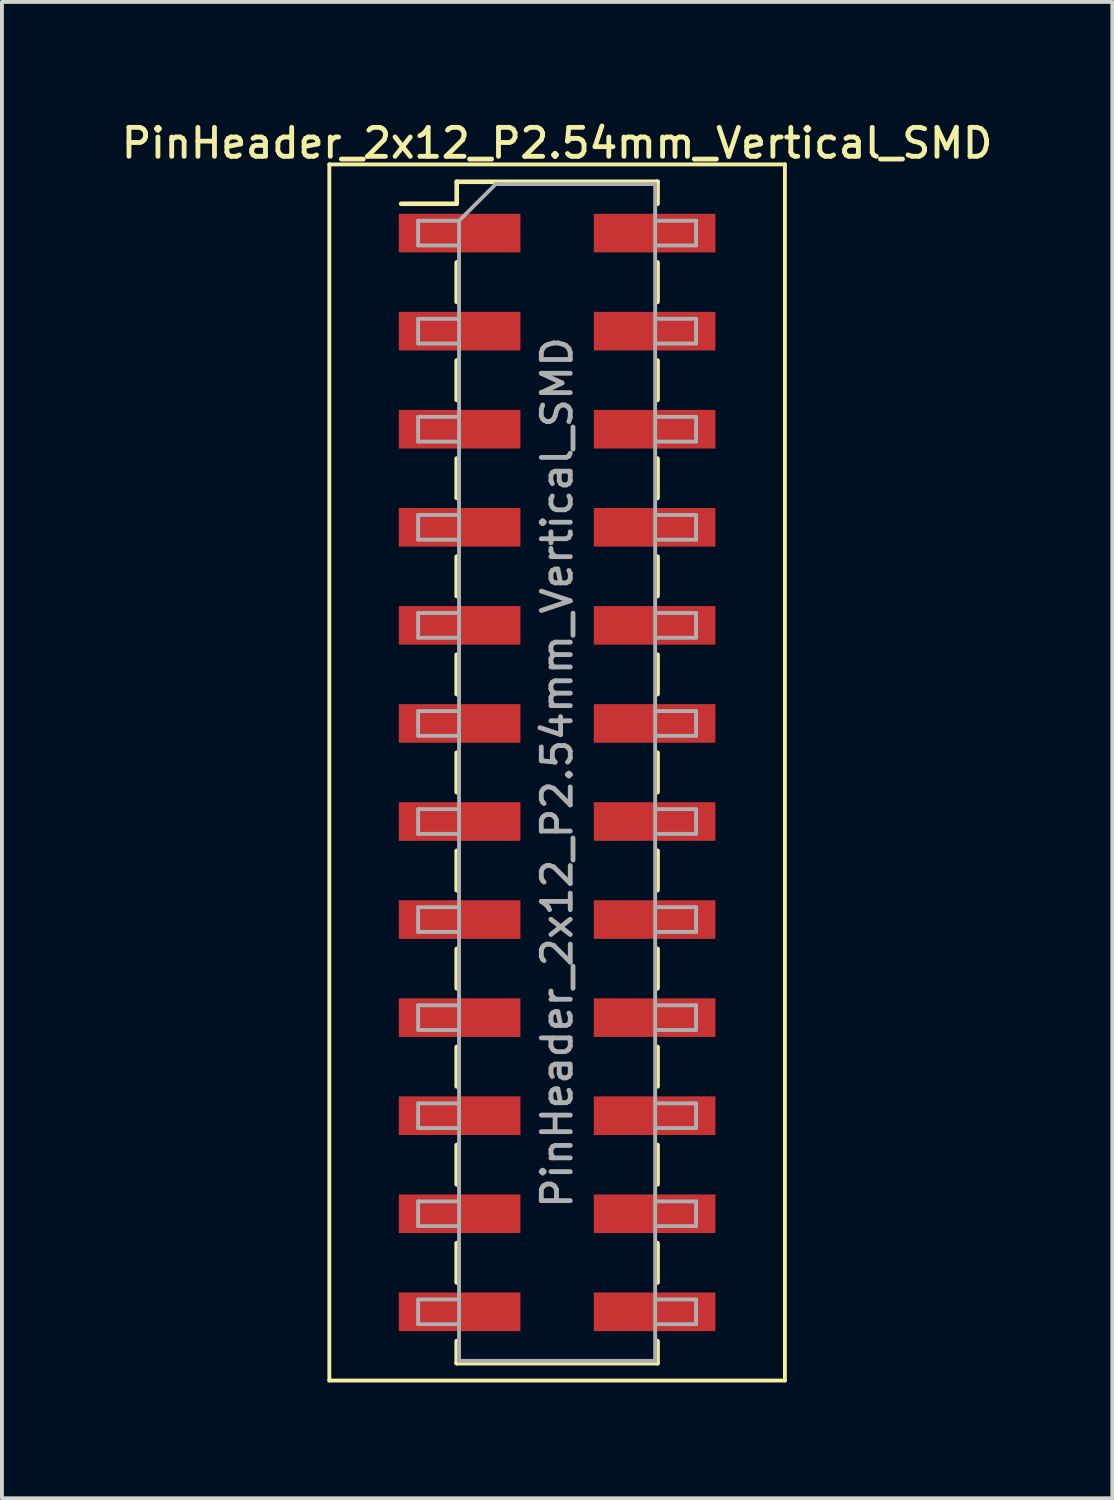
<source format=kicad_pcb>
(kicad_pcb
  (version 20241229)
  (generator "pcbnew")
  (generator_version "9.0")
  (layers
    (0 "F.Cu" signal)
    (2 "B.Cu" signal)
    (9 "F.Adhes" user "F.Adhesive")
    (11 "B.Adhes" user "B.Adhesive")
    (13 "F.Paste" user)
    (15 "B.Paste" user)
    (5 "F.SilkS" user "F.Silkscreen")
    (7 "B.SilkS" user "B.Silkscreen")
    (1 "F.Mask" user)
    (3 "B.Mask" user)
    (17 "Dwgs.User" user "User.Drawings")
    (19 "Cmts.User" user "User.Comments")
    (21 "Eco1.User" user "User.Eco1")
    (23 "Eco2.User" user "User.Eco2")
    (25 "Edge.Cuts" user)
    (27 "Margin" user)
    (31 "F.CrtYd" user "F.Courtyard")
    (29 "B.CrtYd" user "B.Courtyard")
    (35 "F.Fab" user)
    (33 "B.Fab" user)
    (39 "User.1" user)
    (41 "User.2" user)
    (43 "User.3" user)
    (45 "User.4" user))
  (footprint "PinHeader_2x12_P2.54mm_Vertical_SMD"
    (layer "F.Cu")
    (at 11.38 16.958)
    (property "Reference" "PinHeader_2x12_P2.54mm_Vertical_SMD" (at 0 -16.3 0) (layer "F.SilkS") (effects (font (size 0.75 0.75) (thickness 0.125))))
    (attr smd)
    (fp_line (start -5.9 -15.75) (end -5.9 15.75) (stroke (width 0.1) (type solid)) (layer "F.SilkS"))
    (fp_line (start -5.9 15.75) (end 5.9 15.75) (stroke (width 0.1) (type solid)) (layer "F.SilkS"))
    (fp_line (start -4.04 -14.73) (end -2.6 -14.73) (stroke (width 0.12) (type solid)) (layer "F.SilkS"))
    (fp_line (start -2.6 -15.3) (end -2.6 -14.73) (stroke (width 0.12) (type solid)) (layer "F.SilkS"))
    (fp_line (start -2.6 -15.3) (end 2.6 -15.3) (stroke (width 0.12) (type solid)) (layer "F.SilkS"))
    (fp_line (start -2.6 -13.21) (end -2.6 -12.19) (stroke (width 0.12) (type solid)) (layer "F.SilkS"))
    (fp_line (start -2.6 -10.67) (end -2.6 -9.65) (stroke (width 0.12) (type solid)) (layer "F.SilkS"))
    (fp_line (start -2.6 -8.13) (end -2.6 -7.11) (stroke (width 0.12) (type solid)) (layer "F.SilkS"))
    (fp_line (start -2.6 -5.59) (end -2.6 -4.57) (stroke (width 0.12) (type solid)) (layer "F.SilkS"))
    (fp_line (start -2.6 -3.05) (end -2.6 -2.03) (stroke (width 0.12) (type solid)) (layer "F.SilkS"))
    (fp_line (start -2.6 -0.51) (end -2.6 0.51) (stroke (width 0.12) (type solid)) (layer "F.SilkS"))
    (fp_line (start -2.6 2.03) (end -2.6 3.05) (stroke (width 0.12) (type solid)) (layer "F.SilkS"))
    (fp_line (start -2.6 4.57) (end -2.6 5.59) (stroke (width 0.12) (type solid)) (layer "F.SilkS"))
    (fp_line (start -2.6 7.11) (end -2.6 8.13) (stroke (width 0.12) (type solid)) (layer "F.SilkS"))
    (fp_line (start -2.6 9.65) (end -2.6 10.67) (stroke (width 0.12) (type solid)) (layer "F.SilkS"))
    (fp_line (start -2.6 12.19) (end -2.6 13.21) (stroke (width 0.12) (type solid)) (layer "F.SilkS"))
    (fp_line (start -2.6 14.73) (end -2.6 15.3) (stroke (width 0.12) (type solid)) (layer "F.SilkS"))
    (fp_line (start -2.6 15.3) (end 2.6 15.3) (stroke (width 0.12) (type solid)) (layer "F.SilkS"))
    (fp_line (start 2.6 -15.3) (end 2.6 -14.73) (stroke (width 0.12) (type solid)) (layer "F.SilkS"))
    (fp_line (start 2.6 -13.21) (end 2.6 -12.19) (stroke (width 0.12) (type solid)) (layer "F.SilkS"))
    (fp_line (start 2.6 -10.67) (end 2.6 -9.65) (stroke (width 0.12) (type solid)) (layer "F.SilkS"))
    (fp_line (start 2.6 -8.13) (end 2.6 -7.11) (stroke (width 0.12) (type solid)) (layer "F.SilkS"))
    (fp_line (start 2.6 -5.59) (end 2.6 -4.57) (stroke (width 0.12) (type solid)) (layer "F.SilkS"))
    (fp_line (start 2.6 -3.05) (end 2.6 -2.03) (stroke (width 0.12) (type solid)) (layer "F.SilkS"))
    (fp_line (start 2.6 -0.51) (end 2.6 0.51) (stroke (width 0.12) (type solid)) (layer "F.SilkS"))
    (fp_line (start 2.6 2.03) (end 2.6 3.05) (stroke (width 0.12) (type solid)) (layer "F.SilkS"))
    (fp_line (start 2.6 4.57) (end 2.6 5.59) (stroke (width 0.12) (type solid)) (layer "F.SilkS"))
    (fp_line (start 2.6 7.11) (end 2.6 8.13) (stroke (width 0.12) (type solid)) (layer "F.SilkS"))
    (fp_line (start 2.6 9.65) (end 2.6 10.67) (stroke (width 0.12) (type solid)) (layer "F.SilkS"))
    (fp_line (start 2.6 12.19) (end 2.6 13.21) (stroke (width 0.12) (type solid)) (layer "F.SilkS"))
    (fp_line (start 2.6 14.73) (end 2.6 15.3) (stroke (width 0.12) (type solid)) (layer "F.SilkS"))
    (fp_line (start 5.9 -15.75) (end -5.9 -15.75) (stroke (width 0.1) (type solid)) (layer "F.SilkS"))
    (fp_line (start 5.9 15.75) (end 5.9 -15.75) (stroke (width 0.1) (type solid)) (layer "F.SilkS"))
    (fp_line (start -3.6 -14.29) (end -3.6 -13.65) (stroke (width 0.1) (type solid)) (layer "F.Fab"))
    (fp_line (start -3.6 -13.65) (end -2.54 -13.65) (stroke (width 0.1) (type solid)) (layer "F.Fab"))
    (fp_line (start -3.6 -11.75) (end -3.6 -11.11) (stroke (width 0.1) (type solid)) (layer "F.Fab"))
    (fp_line (start -3.6 -11.11) (end -2.54 -11.11) (stroke (width 0.1) (type solid)) (layer "F.Fab"))
    (fp_line (start -3.6 -9.21) (end -3.6 -8.57) (stroke (width 0.1) (type solid)) (layer "F.Fab"))
    (fp_line (start -3.6 -8.57) (end -2.54 -8.57) (stroke (width 0.1) (type solid)) (layer "F.Fab"))
    (fp_line (start -3.6 -6.67) (end -3.6 -6.03) (stroke (width 0.1) (type solid)) (layer "F.Fab"))
    (fp_line (start -3.6 -6.03) (end -2.54 -6.03) (stroke (width 0.1) (type solid)) (layer "F.Fab"))
    (fp_line (start -3.6 -4.13) (end -3.6 -3.49) (stroke (width 0.1) (type solid)) (layer "F.Fab"))
    (fp_line (start -3.6 -3.49) (end -2.54 -3.49) (stroke (width 0.1) (type solid)) (layer "F.Fab"))
    (fp_line (start -3.6 -1.59) (end -3.6 -0.95) (stroke (width 0.1) (type solid)) (layer "F.Fab"))
    (fp_line (start -3.6 -0.95) (end -2.54 -0.95) (stroke (width 0.1) (type solid)) (layer "F.Fab"))
    (fp_line (start -3.6 0.95) (end -3.6 1.59) (stroke (width 0.1) (type solid)) (layer "F.Fab"))
    (fp_line (start -3.6 1.59) (end -2.54 1.59) (stroke (width 0.1) (type solid)) (layer "F.Fab"))
    (fp_line (start -3.6 3.49) (end -3.6 4.13) (stroke (width 0.1) (type solid)) (layer "F.Fab"))
    (fp_line (start -3.6 4.13) (end -2.54 4.13) (stroke (width 0.1) (type solid)) (layer "F.Fab"))
    (fp_line (start -3.6 6.03) (end -3.6 6.67) (stroke (width 0.1) (type solid)) (layer "F.Fab"))
    (fp_line (start -3.6 6.67) (end -2.54 6.67) (stroke (width 0.1) (type solid)) (layer "F.Fab"))
    (fp_line (start -3.6 8.57) (end -3.6 9.21) (stroke (width 0.1) (type solid)) (layer "F.Fab"))
    (fp_line (start -3.6 9.21) (end -2.54 9.21) (stroke (width 0.1) (type solid)) (layer "F.Fab"))
    (fp_line (start -3.6 11.11) (end -3.6 11.75) (stroke (width 0.1) (type solid)) (layer "F.Fab"))
    (fp_line (start -3.6 11.75) (end -2.54 11.75) (stroke (width 0.1) (type solid)) (layer "F.Fab"))
    (fp_line (start -3.6 13.65) (end -3.6 14.29) (stroke (width 0.1) (type solid)) (layer "F.Fab"))
    (fp_line (start -3.6 14.29) (end -2.54 14.29) (stroke (width 0.1) (type solid)) (layer "F.Fab"))
    (fp_line (start -2.54 -14.29) (end -3.6 -14.29) (stroke (width 0.1) (type solid)) (layer "F.Fab"))
    (fp_line (start -2.54 -14.29) (end -1.59 -15.24) (stroke (width 0.1) (type solid)) (layer "F.Fab"))
    (fp_line (start -2.54 -11.75) (end -3.6 -11.75) (stroke (width 0.1) (type solid)) (layer "F.Fab"))
    (fp_line (start -2.54 -9.21) (end -3.6 -9.21) (stroke (width 0.1) (type solid)) (layer "F.Fab"))
    (fp_line (start -2.54 -6.67) (end -3.6 -6.67) (stroke (width 0.1) (type solid)) (layer "F.Fab"))
    (fp_line (start -2.54 -4.13) (end -3.6 -4.13) (stroke (width 0.1) (type solid)) (layer "F.Fab"))
    (fp_line (start -2.54 -1.59) (end -3.6 -1.59) (stroke (width 0.1) (type solid)) (layer "F.Fab"))
    (fp_line (start -2.54 0.95) (end -3.6 0.95) (stroke (width 0.1) (type solid)) (layer "F.Fab"))
    (fp_line (start -2.54 3.49) (end -3.6 3.49) (stroke (width 0.1) (type solid)) (layer "F.Fab"))
    (fp_line (start -2.54 6.03) (end -3.6 6.03) (stroke (width 0.1) (type solid)) (layer "F.Fab"))
    (fp_line (start -2.54 8.57) (end -3.6 8.57) (stroke (width 0.1) (type solid)) (layer "F.Fab"))
    (fp_line (start -2.54 11.11) (end -3.6 11.11) (stroke (width 0.1) (type solid)) (layer "F.Fab"))
    (fp_line (start -2.54 13.65) (end -3.6 13.65) (stroke (width 0.1) (type solid)) (layer "F.Fab"))
    (fp_line (start -2.54 15.24) (end -2.54 -14.29) (stroke (width 0.1) (type solid)) (layer "F.Fab"))
    (fp_line (start -1.59 -15.24) (end 2.54 -15.24) (stroke (width 0.1) (type solid)) (layer "F.Fab"))
    (fp_line (start 2.54 -15.24) (end 2.54 15.24) (stroke (width 0.1) (type solid)) (layer "F.Fab"))
    (fp_line (start 2.54 -14.29) (end 3.6 -14.29) (stroke (width 0.1) (type solid)) (layer "F.Fab"))
    (fp_line (start 2.54 -11.75) (end 3.6 -11.75) (stroke (width 0.1) (type solid)) (layer "F.Fab"))
    (fp_line (start 2.54 -9.21) (end 3.6 -9.21) (stroke (width 0.1) (type solid)) (layer "F.Fab"))
    (fp_line (start 2.54 -6.67) (end 3.6 -6.67) (stroke (width 0.1) (type solid)) (layer "F.Fab"))
    (fp_line (start 2.54 -4.13) (end 3.6 -4.13) (stroke (width 0.1) (type solid)) (layer "F.Fab"))
    (fp_line (start 2.54 -1.59) (end 3.6 -1.59) (stroke (width 0.1) (type solid)) (layer "F.Fab"))
    (fp_line (start 2.54 0.95) (end 3.6 0.95) (stroke (width 0.1) (type solid)) (layer "F.Fab"))
    (fp_line (start 2.54 3.49) (end 3.6 3.49) (stroke (width 0.1) (type solid)) (layer "F.Fab"))
    (fp_line (start 2.54 6.03) (end 3.6 6.03) (stroke (width 0.1) (type solid)) (layer "F.Fab"))
    (fp_line (start 2.54 8.57) (end 3.6 8.57) (stroke (width 0.1) (type solid)) (layer "F.Fab"))
    (fp_line (start 2.54 11.11) (end 3.6 11.11) (stroke (width 0.1) (type solid)) (layer "F.Fab"))
    (fp_line (start 2.54 13.65) (end 3.6 13.65) (stroke (width 0.1) (type solid)) (layer "F.Fab"))
    (fp_line (start 2.54 15.24) (end -2.54 15.24) (stroke (width 0.1) (type solid)) (layer "F.Fab"))
    (fp_line (start 3.6 -14.29) (end 3.6 -13.65) (stroke (width 0.1) (type solid)) (layer "F.Fab"))
    (fp_line (start 3.6 -13.65) (end 2.54 -13.65) (stroke (width 0.1) (type solid)) (layer "F.Fab"))
    (fp_line (start 3.6 -11.75) (end 3.6 -11.11) (stroke (width 0.1) (type solid)) (layer "F.Fab"))
    (fp_line (start 3.6 -11.11) (end 2.54 -11.11) (stroke (width 0.1) (type solid)) (layer "F.Fab"))
    (fp_line (start 3.6 -9.21) (end 3.6 -8.57) (stroke (width 0.1) (type solid)) (layer "F.Fab"))
    (fp_line (start 3.6 -8.57) (end 2.54 -8.57) (stroke (width 0.1) (type solid)) (layer "F.Fab"))
    (fp_line (start 3.6 -6.67) (end 3.6 -6.03) (stroke (width 0.1) (type solid)) (layer "F.Fab"))
    (fp_line (start 3.6 -6.03) (end 2.54 -6.03) (stroke (width 0.1) (type solid)) (layer "F.Fab"))
    (fp_line (start 3.6 -4.13) (end 3.6 -3.49) (stroke (width 0.1) (type solid)) (layer "F.Fab"))
    (fp_line (start 3.6 -3.49) (end 2.54 -3.49) (stroke (width 0.1) (type solid)) (layer "F.Fab"))
    (fp_line (start 3.6 -1.59) (end 3.6 -0.95) (stroke (width 0.1) (type solid)) (layer "F.Fab"))
    (fp_line (start 3.6 -0.95) (end 2.54 -0.95) (stroke (width 0.1) (type solid)) (layer "F.Fab"))
    (fp_line (start 3.6 0.95) (end 3.6 1.59) (stroke (width 0.1) (type solid)) (layer "F.Fab"))
    (fp_line (start 3.6 1.59) (end 2.54 1.59) (stroke (width 0.1) (type solid)) (layer "F.Fab"))
    (fp_line (start 3.6 3.49) (end 3.6 4.13) (stroke (width 0.1) (type solid)) (layer "F.Fab"))
    (fp_line (start 3.6 4.13) (end 2.54 4.13) (stroke (width 0.1) (type solid)) (layer "F.Fab"))
    (fp_line (start 3.6 6.03) (end 3.6 6.67) (stroke (width 0.1) (type solid)) (layer "F.Fab"))
    (fp_line (start 3.6 6.67) (end 2.54 6.67) (stroke (width 0.1) (type solid)) (layer "F.Fab"))
    (fp_line (start 3.6 8.57) (end 3.6 9.21) (stroke (width 0.1) (type solid)) (layer "F.Fab"))
    (fp_line (start 3.6 9.21) (end 2.54 9.21) (stroke (width 0.1) (type solid)) (layer "F.Fab"))
    (fp_line (start 3.6 11.11) (end 3.6 11.75) (stroke (width 0.1) (type solid)) (layer "F.Fab"))
    (fp_line (start 3.6 11.75) (end 2.54 11.75) (stroke (width 0.1) (type solid)) (layer "F.Fab"))
    (fp_line (start 3.6 13.65) (end 3.6 14.29) (stroke (width 0.1) (type solid)) (layer "F.Fab"))
    (fp_line (start 3.6 14.29) (end 2.54 14.29) (stroke (width 0.1) (type solid)) (layer "F.Fab"))
    (fp_text user "${REFERENCE}" (at 0 0 90) (layer "F.Fab") (effects (font (size 0.75 0.75) (thickness 0.125))))
    (pad "1" smd rect (at -2.525 -13.97) (size 3.15 1) (layers "F.Cu" "F.Mask" "F.Paste"))
    (pad "2" smd rect (at 2.525 -13.97) (size 3.15 1) (layers "F.Cu" "F.Mask" "F.Paste"))
    (pad "3" smd rect (at -2.525 -11.43) (size 3.15 1) (layers "F.Cu" "F.Mask" "F.Paste"))
    (pad "4" smd rect (at 2.525 -11.43) (size 3.15 1) (layers "F.Cu" "F.Mask" "F.Paste"))
    (pad "5" smd rect (at -2.525 -8.89) (size 3.15 1) (layers "F.Cu" "F.Mask" "F.Paste"))
    (pad "6" smd rect (at 2.525 -8.89) (size 3.15 1) (layers "F.Cu" "F.Mask" "F.Paste"))
    (pad "7" smd rect (at -2.525 -6.35) (size 3.15 1) (layers "F.Cu" "F.Mask" "F.Paste"))
    (pad "8" smd rect (at 2.525 -6.35) (size 3.15 1) (layers "F.Cu" "F.Mask" "F.Paste"))
    (pad "9" smd rect (at -2.525 -3.81) (size 3.15 1) (layers "F.Cu" "F.Mask" "F.Paste"))
    (pad "10" smd rect (at 2.525 -3.81) (size 3.15 1) (layers "F.Cu" "F.Mask" "F.Paste"))
    (pad "11" smd rect (at -2.525 -1.27) (size 3.15 1) (layers "F.Cu" "F.Mask" "F.Paste"))
    (pad "12" smd rect (at 2.525 -1.27) (size 3.15 1) (layers "F.Cu" "F.Mask" "F.Paste"))
    (pad "13" smd rect (at -2.525 1.27) (size 3.15 1) (layers "F.Cu" "F.Mask" "F.Paste"))
    (pad "14" smd rect (at 2.525 1.27) (size 3.15 1) (layers "F.Cu" "F.Mask" "F.Paste"))
    (pad "15" smd rect (at -2.525 3.81) (size 3.15 1) (layers "F.Cu" "F.Mask" "F.Paste"))
    (pad "16" smd rect (at 2.525 3.81) (size 3.15 1) (layers "F.Cu" "F.Mask" "F.Paste"))
    (pad "17" smd rect (at -2.525 6.35) (size 3.15 1) (layers "F.Cu" "F.Mask" "F.Paste"))
    (pad "18" smd rect (at 2.525 6.35) (size 3.15 1) (layers "F.Cu" "F.Mask" "F.Paste"))
    (pad "19" smd rect (at -2.525 8.89) (size 3.15 1) (layers "F.Cu" "F.Mask" "F.Paste"))
    (pad "20" smd rect (at 2.525 8.89) (size 3.15 1) (layers "F.Cu" "F.Mask" "F.Paste"))
    (pad "21" smd rect (at -2.525 11.43) (size 3.15 1) (layers "F.Cu" "F.Mask" "F.Paste"))
    (pad "22" smd rect (at 2.525 11.43) (size 3.15 1) (layers "F.Cu" "F.Mask" "F.Paste"))
    (pad "23" smd rect (at -2.525 13.97) (size 3.15 1) (layers "F.Cu" "F.Mask" "F.Paste"))
    (pad "24" smd rect (at 2.525 13.97) (size 3.15 1) (layers "F.Cu" "F.Mask" "F.Paste")))
  (gr_rect
    (start -3 -3)
    (end 25.761 35.758)
    (stroke (width 0.1) (type default))
    (fill no)
    (layer "Edge.Cuts")))
</source>
